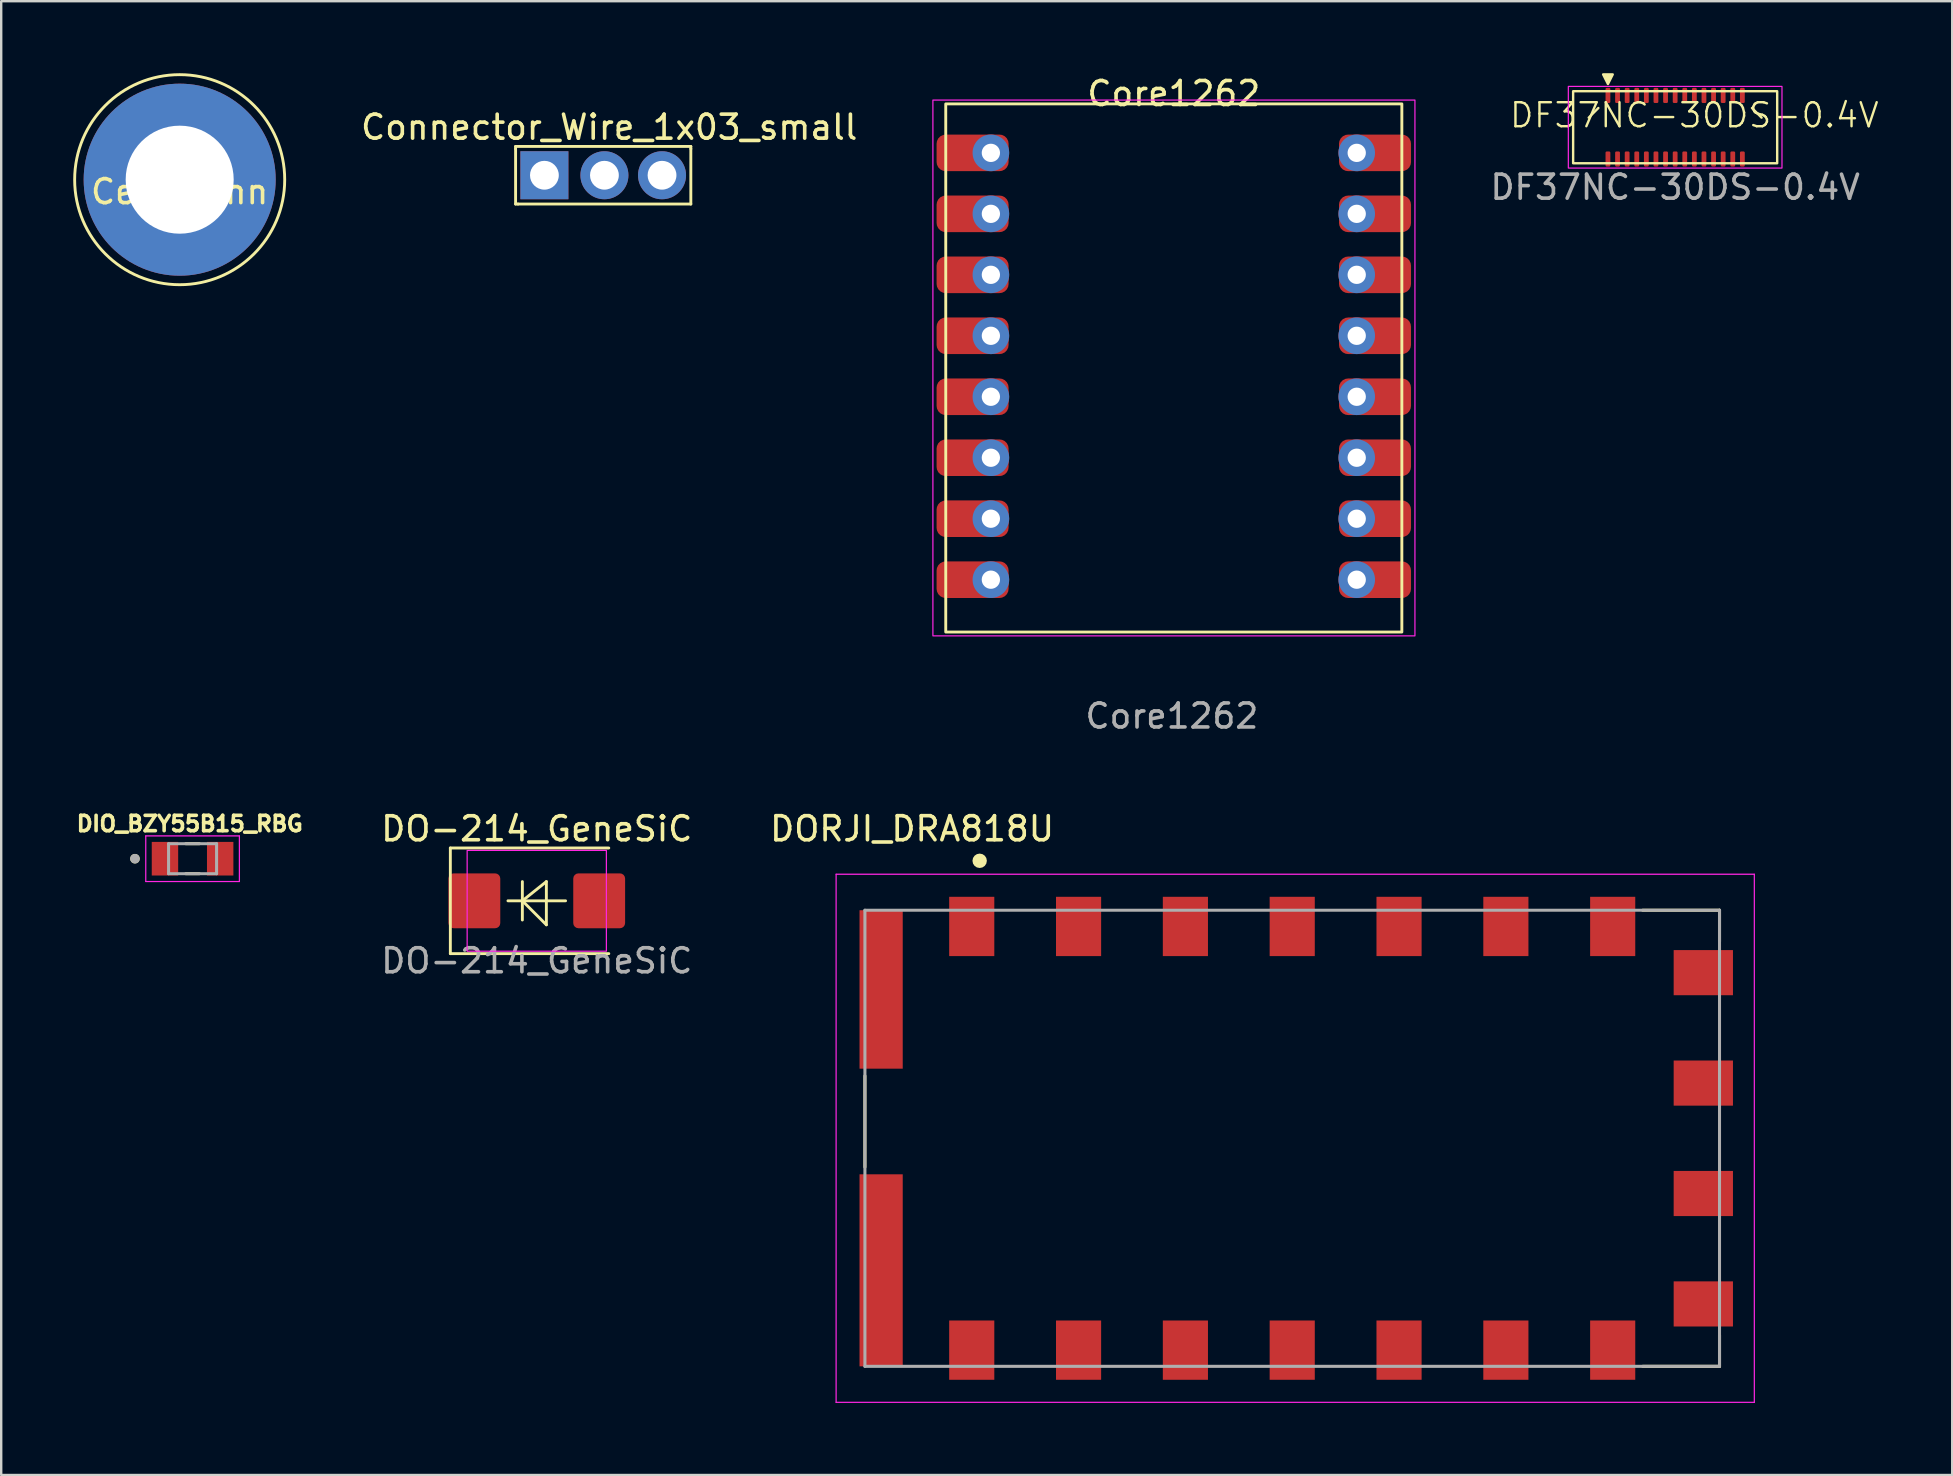
<source format=kicad_pcb>
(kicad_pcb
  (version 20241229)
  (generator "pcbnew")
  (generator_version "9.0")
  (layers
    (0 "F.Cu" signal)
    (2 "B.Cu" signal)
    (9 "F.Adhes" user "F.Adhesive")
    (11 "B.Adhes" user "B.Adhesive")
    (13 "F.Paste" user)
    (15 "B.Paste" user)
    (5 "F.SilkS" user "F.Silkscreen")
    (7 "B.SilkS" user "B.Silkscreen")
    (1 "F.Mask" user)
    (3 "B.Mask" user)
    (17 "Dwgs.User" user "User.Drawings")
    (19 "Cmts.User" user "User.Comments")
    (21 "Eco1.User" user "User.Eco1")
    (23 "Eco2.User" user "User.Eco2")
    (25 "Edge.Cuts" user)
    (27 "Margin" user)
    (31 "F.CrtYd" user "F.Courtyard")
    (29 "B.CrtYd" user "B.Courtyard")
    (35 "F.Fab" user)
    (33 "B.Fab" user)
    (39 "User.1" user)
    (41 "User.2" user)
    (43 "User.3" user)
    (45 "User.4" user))
  (footprint "DIO_BZY55B15_RBG"
    (layer "F.Cu")
    (at 4.972 32.721)
    (property "Reference" "DIO_BZY55B15_RBG" (at -0.118 -1.456 0) (layer "F.SilkS") (effects (font (size 0.64 0.64) (thickness 0.15))))
    (attr through_hole)
    (fp_line (start -0.28 -0.625) (end 0.28 -0.625) (stroke (width 0.127) (type solid)) (layer "F.SilkS"))
    (fp_line (start -0.28 0.625) (end 0.28 0.625) (stroke (width 0.127) (type solid)) (layer "F.SilkS"))
    (fp_circle (center -2.4 0) (end -2.3 0) (stroke (width 0.2) (type solid)) (fill no) (layer "F.SilkS"))
    (fp_line (start -1.95 -0.95) (end -1.95 0.95) (stroke (width 0.05) (type solid)) (layer "F.CrtYd"))
    (fp_line (start -1.95 0.95) (end 1.95 0.95) (stroke (width 0.05) (type solid)) (layer "F.CrtYd"))
    (fp_line (start 1.95 -0.95) (end -1.95 -0.95) (stroke (width 0.05) (type solid)) (layer "F.CrtYd"))
    (fp_line (start 1.95 0.95) (end 1.95 -0.95) (stroke (width 0.05) (type solid)) (layer "F.CrtYd"))
    (fp_line (start -1 -0.625) (end -1 0.625) (stroke (width 0.127) (type solid)) (layer "F.Fab"))
    (fp_line (start -1 0.625) (end 1 0.625) (stroke (width 0.127) (type solid)) (layer "F.Fab"))
    (fp_line (start 1 -0.625) (end -1 -0.625) (stroke (width 0.127) (type solid)) (layer "F.Fab"))
    (fp_line (start 1 0.625) (end 1 -0.625) (stroke (width 0.127) (type solid)) (layer "F.Fab"))
    (fp_circle (center -2.4 0) (end -2.3 0) (stroke (width 0.2) (type solid)) (fill no) (layer "F.Fab"))
    (pad "A" smd rect (at 1.15 0) (size 1.1 1.4) (layers "F.Cu" "F.Mask" "F.Paste"))
    (pad "C" smd rect (at -1.15 0) (size 1.1 1.4) (layers "F.Cu" "F.Mask" "F.Paste")))
  (footprint "DF37NC-30DS-0.4V"
    (layer "F.Cu")
    (at 66.732 2.25)
    (property "Reference" "DF37NC-30DS-0.4V" (at 0.8 -0.5 0) (unlocked yes) (layer "F.SilkS") (effects (font (size 1 1) (thickness 0.1))))
    (attr smd)
    (fp_line (start -3.2 -0.8) (end -3.6 -0.4) (stroke (width 0.1) (type default)) (layer "F.SilkS"))
    (fp_line (start 3.2 -0.8) (end 3.6 -0.4) (stroke (width 0.1) (type default)) (layer "F.SilkS"))
    (fp_rect (start -4.25 -1.5) (end 4.25 1.5) (stroke (width 0.1) (type default)) (fill no) (layer "F.SilkS"))
    (fp_poly (pts (xy -2.8 -1.8) (xy -3 -2.2) (xy -2.6 -2.2)) (stroke (width 0.1) (type solid)) (fill yes) (layer "F.SilkS"))
    (fp_rect (start -4.45 -1.7) (end 4.45 1.7) (stroke (width 0.05) (type default)) (fill no) (layer "F.CrtYd"))
    (fp_text user "${REFERENCE}" (at 0 2.5 0) (unlocked yes) (layer "F.Fab") (effects (font (size 1 1) (thickness 0.15))))
    (pad "1" smd roundrect (at -2.8 -1.325 90) (size 0.63 0.2) (layers "F.Cu" "F.Mask" "F.Paste") (roundrect_rratio 0.25))
    (pad "2" smd roundrect (at -2.4 -1.325 90) (size 0.63 0.2) (layers "F.Cu" "F.Mask" "F.Paste") (roundrect_rratio 0.25))
    (pad "3" smd roundrect (at -2 -1.325 90) (size 0.63 0.2) (layers "F.Cu" "F.Mask" "F.Paste") (roundrect_rratio 0.25))
    (pad "4" smd roundrect (at -1.6 -1.325 90) (size 0.63 0.2) (layers "F.Cu" "F.Mask" "F.Paste") (roundrect_rratio 0.25))
    (pad "5" smd roundrect (at -1.2 -1.325 90) (size 0.63 0.2) (layers "F.Cu" "F.Mask" "F.Paste") (roundrect_rratio 0.25))
    (pad "6" smd roundrect (at -0.8 -1.325 90) (size 0.63 0.2) (layers "F.Cu" "F.Mask" "F.Paste") (roundrect_rratio 0.25))
    (pad "7" smd roundrect (at -0.4 -1.325 90) (size 0.63 0.2) (layers "F.Cu" "F.Mask" "F.Paste") (roundrect_rratio 0.25))
    (pad "8" smd roundrect (at 0 -1.325 90) (size 0.63 0.2) (layers "F.Cu" "F.Mask" "F.Paste") (roundrect_rratio 0.25))
    (pad "9" smd roundrect (at 0.4 -1.325 90) (size 0.63 0.2) (layers "F.Cu" "F.Mask" "F.Paste") (roundrect_rratio 0.25))
    (pad "10" smd roundrect (at 0.8 -1.325 90) (size 0.63 0.2) (layers "F.Cu" "F.Mask" "F.Paste") (roundrect_rratio 0.25))
    (pad "11" smd roundrect (at 1.2 -1.325 90) (size 0.63 0.2) (layers "F.Cu" "F.Mask" "F.Paste") (roundrect_rratio 0.25))
    (pad "12" smd roundrect (at 1.6 -1.325 90) (size 0.63 0.2) (layers "F.Cu" "F.Mask" "F.Paste") (roundrect_rratio 0.25))
    (pad "13" smd roundrect (at 2 -1.325 90) (size 0.63 0.2) (layers "F.Cu" "F.Mask" "F.Paste") (roundrect_rratio 0.25))
    (pad "14" smd roundrect (at 2.4 -1.325 90) (size 0.63 0.2) (layers "F.Cu" "F.Mask" "F.Paste") (roundrect_rratio 0.25))
    (pad "15" smd roundrect (at 2.8 -1.325 90) (size 0.63 0.2) (layers "F.Cu" "F.Mask" "F.Paste") (roundrect_rratio 0.25))
    (pad "16" smd roundrect (at 2.8 1.325 90) (size 0.63 0.2) (layers "F.Cu" "F.Mask" "F.Paste") (roundrect_rratio 0.25))
    (pad "17" smd roundrect (at 2.4 1.325 90) (size 0.63 0.2) (layers "F.Cu" "F.Mask" "F.Paste") (roundrect_rratio 0.25))
    (pad "18" smd roundrect (at 2 1.325 90) (size 0.63 0.2) (layers "F.Cu" "F.Mask" "F.Paste") (roundrect_rratio 0.25))
    (pad "19" smd roundrect (at 1.6 1.325 90) (size 0.63 0.2) (layers "F.Cu" "F.Mask" "F.Paste") (roundrect_rratio 0.25))
    (pad "20" smd roundrect (at 1.2 1.325 90) (size 0.63 0.2) (layers "F.Cu" "F.Mask" "F.Paste") (roundrect_rratio 0.25))
    (pad "21" smd roundrect (at 0.8 1.325 90) (size 0.63 0.2) (layers "F.Cu" "F.Mask" "F.Paste") (roundrect_rratio 0.25))
    (pad "22" smd roundrect (at 0.4 1.325 90) (size 0.63 0.2) (layers "F.Cu" "F.Mask" "F.Paste") (roundrect_rratio 0.25))
    (pad "23" smd roundrect (at 0 1.325 90) (size 0.63 0.2) (layers "F.Cu" "F.Mask" "F.Paste") (roundrect_rratio 0.25))
    (pad "24" smd roundrect (at -0.4 1.325 90) (size 0.63 0.2) (layers "F.Cu" "F.Mask" "F.Paste") (roundrect_rratio 0.25))
    (pad "25" smd roundrect (at -0.8 1.325 90) (size 0.63 0.2) (layers "F.Cu" "F.Mask" "F.Paste") (roundrect_rratio 0.25))
    (pad "26" smd roundrect (at -1.2 1.325 90) (size 0.63 0.2) (layers "F.Cu" "F.Mask" "F.Paste") (roundrect_rratio 0.25))
    (pad "27" smd roundrect (at -1.6 1.325 90) (size 0.63 0.2) (layers "F.Cu" "F.Mask" "F.Paste") (roundrect_rratio 0.25))
    (pad "28" smd roundrect (at -2 1.325 90) (size 0.63 0.2) (layers "F.Cu" "F.Mask" "F.Paste") (roundrect_rratio 0.25))
    (pad "29" smd roundrect (at -2.4 1.325 90) (size 0.63 0.2) (layers "F.Cu" "F.Mask" "F.Paste") (roundrect_rratio 0.25))
    (pad "30" smd roundrect (at -2.8 1.325 90) (size 0.63 0.2) (layers "F.Cu" "F.Mask" "F.Paste") (roundrect_rratio 0.25)))
  (footprint "Cell_Conn"
    (layer "F.Cu")
    (at 4.435 4.435)
    (property "Reference" "Cell_Conn" (at 0 0.5 0) (layer "F.SilkS") (effects (font (size 1 1) (thickness 0.15))))
    (attr through_hole)
    (fp_circle (center 0 0) (end 4.375 0) (stroke (width 0.12) (type solid)) (fill no) (layer "F.SilkS"))
    (pad "1" thru_hole circle (at 0 0) (size 8 8) (drill 4.5) (layers "*.Cu" "*.Mask")))
  (footprint "DORJI_DRA818U"
    (layer "F.Cu")
    (at 50.78 44.368)
    (property "Reference" "DORJI_DRA818U" (at -15.835 -12.893 0) (layer "F.SilkS") (effects (font (size 1.001 1.001) (thickness 0.15))))
    (attr through_hole)
    (fp_line (start -17.8 -2.6) (end -17.8 1.2) (stroke (width 0.127) (type solid)) (layer "F.SilkS"))
    (fp_line (start 14.6 -9.5) (end 17.8 -9.5) (stroke (width 0.127) (type solid)) (layer "F.SilkS"))
    (fp_line (start 17.8 -9.5) (end 17.8 -8.2) (stroke (width 0.127) (type solid)) (layer "F.SilkS"))
    (fp_line (start 17.8 8.2) (end 17.8 9.5) (stroke (width 0.127) (type solid)) (layer "F.SilkS"))
    (fp_line (start 17.8 9.5) (end 14.6 9.5) (stroke (width 0.127) (type solid)) (layer "F.SilkS"))
    (fp_circle (center -13.02 -11.56) (end -12.87 -11.56) (stroke (width 0.3) (type solid)) (fill no) (layer "F.SilkS"))
    (fp_line (start -19 -11) (end 19.25 -11) (stroke (width 0.05) (type solid)) (layer "F.CrtYd"))
    (fp_line (start -19 11) (end -19 -11) (stroke (width 0.05) (type solid)) (layer "F.CrtYd"))
    (fp_line (start 19.25 -11) (end 19.25 11) (stroke (width 0.05) (type solid)) (layer "F.CrtYd"))
    (fp_line (start 19.25 11) (end -19 11) (stroke (width 0.05) (type solid)) (layer "F.CrtYd"))
    (fp_line (start -17.8 -9.5) (end 17.8 -9.5) (stroke (width 0.127) (type solid)) (layer "F.Fab"))
    (fp_line (start -17.8 9.5) (end -17.8 -9.5) (stroke (width 0.127) (type solid)) (layer "F.Fab"))
    (fp_line (start 17.8 -9.5) (end 17.8 9.5) (stroke (width 0.127) (type solid)) (layer "F.Fab"))
    (fp_line (start 17.8 9.5) (end -17.8 9.5) (stroke (width 0.127) (type solid)) (layer "F.Fab"))
    (pad "1" smd rect (at -13.35 -8.825 90) (size 2.47 1.88) (layers "F.Cu" "F.Mask" "F.Paste"))
    (pad "2" smd rect (at -8.9 -8.825 90) (size 2.47 1.88) (layers "F.Cu" "F.Mask" "F.Paste"))
    (pad "3" smd rect (at -4.45 -8.825 90) (size 2.47 1.88) (layers "F.Cu" "F.Mask" "F.Paste"))
    (pad "4" smd rect (at 0 -8.825 90) (size 2.47 1.88) (layers "F.Cu" "F.Mask" "F.Paste"))
    (pad "5" smd rect (at 4.45 -8.825 90) (size 2.47 1.88) (layers "F.Cu" "F.Mask" "F.Paste"))
    (pad "6" smd rect (at 8.9 -8.825 90) (size 2.47 1.88) (layers "F.Cu" "F.Mask" "F.Paste"))
    (pad "7" smd rect (at 13.35 -8.825 90) (size 2.47 1.88) (layers "F.Cu" "F.Mask" "F.Paste"))
    (pad "8" smd rect (at 17.125 -6.9) (size 2.47 1.88) (layers "F.Cu" "F.Mask" "F.Paste"))
    (pad "9" smd rect (at 17.125 -2.3) (size 2.47 1.88) (layers "F.Cu" "F.Mask" "F.Paste"))
    (pad "10" smd rect (at 17.125 2.3) (size 2.47 1.88) (layers "F.Cu" "F.Mask" "F.Paste"))
    (pad "11" smd rect (at 17.125 6.9) (size 2.47 1.88) (layers "F.Cu" "F.Mask" "F.Paste"))
    (pad "12" smd rect (at 13.35 8.825 270) (size 2.47 1.88) (layers "F.Cu" "F.Mask" "F.Paste"))
    (pad "13" smd rect (at 8.9 8.825 270) (size 2.47 1.88) (layers "F.Cu" "F.Mask" "F.Paste"))
    (pad "14" smd rect (at 4.45 8.825 90) (size 2.47 1.88) (layers "F.Cu" "F.Mask" "F.Paste"))
    (pad "15" smd rect (at 0 8.825 90) (size 2.47 1.88) (layers "F.Cu" "F.Mask" "F.Paste"))
    (pad "16" smd rect (at -4.45 8.825 90) (size 2.47 1.88) (layers "F.Cu" "F.Mask" "F.Paste"))
    (pad "17" smd rect (at -8.9 8.825 90) (size 2.47 1.88) (layers "F.Cu" "F.Mask" "F.Paste"))
    (pad "18" smd rect (at -13.35 8.825 90) (size 2.47 1.88) (layers "F.Cu" "F.Mask" "F.Paste"))
    (pad "P2" smd rect (at -17.125 -6.2 90) (size 6.6 1.8) (layers "F.Cu" "F.Mask" "F.Paste"))
    (pad "P3" smd rect (at -17.125 5.5 90) (size 8 1.8) (layers "F.Cu" "F.Mask" "F.Paste"))
    (zone (net_name "") (layer "F.Cu") (hatch full 0.508) (connect_pads) (min_thickness 0.01) (filled_areas_thickness no) (keepout (tracks not_allowed) (vias not_allowed) (pads not_allowed) (copperpour not_allowed) (footprints allowed)) (placement (enabled no)) (fill) (polygon (pts (xy 57.59 40.618) (xy 65.58 40.618) (xy 65.58 46.872) (xy 57.59 46.872))))
    (zone (net_name "") (layers "F.Cu" "B.Cu") (hatch full 0.508) (connect_pads) (min_thickness 0.01) (filled_areas_thickness no) (keepout (tracks allowed) (vias not_allowed) (pads allowed) (copperpour allowed) (footprints allowed)) (placement (enabled no)) (fill) (polygon (pts (xy 57.584 40.618) (xy 65.58 40.618) (xy 65.58 46.87) (xy 57.584 46.87)))))
  (footprint "DO-214_GeneSiC"
    (layer "F.Cu")
    (at 19.31 34.475)
    (property "Reference" "DO-214_GeneSiC" (at 0 -3 0) (unlocked yes) (layer "F.SilkS") (effects (font (size 1 1) (thickness 0.15))))
    (attr smd)
    (fp_line (start -3.6 -2.2) (end -3.6 2.2) (stroke (width 0.12) (type default)) (layer "F.SilkS"))
    (fp_line (start -3.6 2.2) (end 3 2.2) (stroke (width 0.12) (type default)) (layer "F.SilkS"))
    (fp_line (start -0.6 -0.8) (end -0.6 0.8) (stroke (width 0.12) (type default)) (layer "F.SilkS"))
    (fp_line (start -0.6 0) (end 0.4 -0.8) (stroke (width 0.12) (type default)) (layer "F.SilkS"))
    (fp_line (start 0.4 -0.8) (end 0.4 1) (stroke (width 0.12) (type default)) (layer "F.SilkS"))
    (fp_line (start 0.4 1) (end -0.6 0) (stroke (width 0.12) (type default)) (layer "F.SilkS"))
    (fp_line (start 1.2 0) (end -1.2 0) (stroke (width 0.12) (type default)) (layer "F.SilkS"))
    (fp_line (start 3 -2.2) (end -3.6 -2.2) (stroke (width 0.12) (type default)) (layer "F.SilkS"))
    (fp_rect (start -2.9 -2.1) (end 2.9 2.1) (stroke (width 0.05) (type default)) (fill no) (layer "F.CrtYd"))
    (fp_text user "${REFERENCE}" (at 0 2.5 0) (unlocked yes) (layer "F.Fab") (effects (font (size 1 1) (thickness 0.15))))
    (pad "1" smd roundrect (at 2.6 0 90) (size 2.286 2.16) (layers "F.Cu" "F.Mask" "F.Paste") (roundrect_rratio 0.1))
    (pad "2" smd roundrect (at -2.6 0 90) (size 2.286 2.16) (layers "F.Cu" "F.Mask" "F.Paste") (roundrect_rratio 0.1)))
  (footprint "Connector_Wire_1x03_small"
    (layer "F.Cu")
    (at 24.628 0.25)
    (property "Reference" "Connector_Wire_1x03_small" (at -2.3 2 0) (layer "F.SilkS") (effects (font (size 1 1) (thickness 0.15))))
    (attr through_hole)
    (fp_line (start -6.2 2.8) (end -6.2 2.9) (stroke (width 0.12) (type solid)) (layer "F.SilkS"))
    (fp_line (start -6.2 5.2) (end -6.2 2.9) (stroke (width 0.12) (type solid)) (layer "F.SilkS"))
    (fp_line (start -6.1 5.2) (end -6.2 5.2) (stroke (width 0.12) (type solid)) (layer "F.SilkS"))
    (fp_line (start 1.1 2.8) (end -6.2 2.8) (stroke (width 0.12) (type solid)) (layer "F.SilkS"))
    (fp_line (start 1.1 2.9) (end 1.1 2.8) (stroke (width 0.12) (type solid)) (layer "F.SilkS"))
    (fp_line (start 1.1 2.9) (end 1.1 5.2) (stroke (width 0.12) (type solid)) (layer "F.SilkS"))
    (fp_line (start 1.1 5.2) (end -6.1 5.2) (stroke (width 0.12) (type solid)) (layer "F.SilkS"))
    (pad "1" thru_hole rect (at -5 4) (size 2 2) (drill 1.2) (layers "*.Cu" "*.Mask"))
    (pad "2" thru_hole circle (at -2.5 4) (size 2 2) (drill 1.2) (layers "*.Cu" "*.Mask"))
    (pad "3" thru_hole circle (at -0.1 4) (size 2 2) (drill 1.2) (layers "*.Cu" "*.Mask")))
  (footprint "Core1262"
    (layer "F.Cu")
    (at 45.847 12.278)
    (property "Reference" "Core1262" (at 0 -11.43 0) (unlocked yes) (layer "F.SilkS") (effects (font (size 1 1) (thickness 0.15))))
    (attr through_hole)
    (fp_rect (start -9.5 -11) (end 9.5 11) (stroke (width 0.12) (type default)) (fill no) (layer "F.SilkS"))
    (fp_rect (start -10.035 -11.16) (end 10.045 11.16) (stroke (width 0.05) (type default)) (fill no) (layer "F.CrtYd"))
    (fp_text user "${REFERENCE}" (at -0.08 14.5 0) (unlocked yes) (layer "F.Fab") (effects (font (size 1 1) (thickness 0.15))))
    (pad "1" smd roundrect (at -8.382 -8.96) (size 3 1.524) (layers "F.Cu" "F.Mask" "F.Paste") (roundrect_rratio 0.25))
    (pad "1" thru_hole circle (at -7.62 -8.96) (size 1.524 1.524) (drill 0.762) (layers "*.Cu" "*.Mask"))
    (pad "2" smd roundrect (at -8.382 -6.42) (size 3 1.524) (layers "F.Cu" "F.Mask" "F.Paste") (roundrect_rratio 0.25))
    (pad "2" thru_hole circle (at -7.62 -6.42) (size 1.524 1.524) (drill 0.762) (layers "*.Cu" "*.Mask"))
    (pad "3" smd roundrect (at -8.382 -3.88) (size 3 1.524) (layers "F.Cu" "F.Mask" "F.Paste") (roundrect_rratio 0.25))
    (pad "3" thru_hole circle (at -7.62 -3.88) (size 1.524 1.524) (drill 0.762) (layers "*.Cu" "*.Mask"))
    (pad "4" smd roundrect (at -8.382 -1.34) (size 3 1.524) (layers "F.Cu" "F.Mask" "F.Paste") (roundrect_rratio 0.25))
    (pad "4" thru_hole circle (at -7.62 -1.34) (size 1.524 1.524) (drill 0.762) (layers "*.Cu" "*.Mask"))
    (pad "5" smd roundrect (at -8.382 1.2) (size 3 1.524) (layers "F.Cu" "F.Mask" "F.Paste") (roundrect_rratio 0.25))
    (pad "5" thru_hole circle (at -7.62 1.2) (size 1.524 1.524) (drill 0.762) (layers "*.Cu" "*.Mask"))
    (pad "6" smd roundrect (at -8.382 3.74) (size 3 1.524) (layers "F.Cu" "F.Mask" "F.Paste") (roundrect_rratio 0.25))
    (pad "6" thru_hole circle (at -7.62 3.74) (size 1.524 1.524) (drill 0.762) (layers "*.Cu" "*.Mask"))
    (pad "7" smd roundrect (at -8.382 6.28) (size 3 1.524) (layers "F.Cu" "F.Mask" "F.Paste") (roundrect_rratio 0.25))
    (pad "7" thru_hole circle (at -7.62 6.28) (size 1.524 1.524) (drill 0.762) (layers "*.Cu" "*.Mask"))
    (pad "8" smd roundrect (at -8.382 8.82) (size 3 1.524) (layers "F.Cu" "F.Mask" "F.Paste") (roundrect_rratio 0.25))
    (pad "8" thru_hole circle (at -7.62 8.82) (size 1.524 1.524) (drill 0.762) (layers "*.Cu" "*.Mask"))
    (pad "9" thru_hole circle (at 7.62 -8.96) (size 1.524 1.524) (drill 0.762) (layers "*.Cu" "*.Mask"))
    (pad "9" smd roundrect (at 8.382 -8.96) (size 3 1.524) (layers "F.Cu" "F.Mask" "F.Paste") (roundrect_rratio 0.25))
    (pad "10" thru_hole circle (at 7.62 -6.42) (size 1.524 1.524) (drill 0.762) (layers "*.Cu" "*.Mask"))
    (pad "10" smd roundrect (at 8.382 -6.42) (size 3 1.524) (layers "F.Cu" "F.Mask" "F.Paste") (roundrect_rratio 0.25))
    (pad "11" thru_hole circle (at 7.62 -3.88) (size 1.524 1.524) (drill 0.762) (layers "*.Cu" "*.Mask"))
    (pad "11" smd roundrect (at 8.382 -3.88) (size 3 1.524) (layers "F.Cu" "F.Mask" "F.Paste") (roundrect_rratio 0.25))
    (pad "12" thru_hole circle (at 7.62 -1.34) (size 1.524 1.524) (drill 0.762) (layers "*.Cu" "*.Mask"))
    (pad "12" smd roundrect (at 8.382 -1.34) (size 3 1.524) (layers "F.Cu" "F.Mask" "F.Paste") (roundrect_rratio 0.25))
    (pad "13" thru_hole circle (at 7.62 1.2) (size 1.524 1.524) (drill 0.762) (layers "*.Cu" "*.Mask"))
    (pad "13" smd roundrect (at 8.382 1.2) (size 3 1.524) (layers "F.Cu" "F.Mask" "F.Paste") (roundrect_rratio 0.25))
    (pad "14" thru_hole circle (at 7.62 3.74) (size 1.524 1.524) (drill 0.762) (layers "*.Cu" "*.Mask"))
    (pad "14" smd roundrect (at 8.382 3.74) (size 3 1.524) (layers "F.Cu" "F.Mask" "F.Paste") (roundrect_rratio 0.25))
    (pad "15" thru_hole circle (at 7.62 6.28) (size 1.524 1.524) (drill 0.762) (layers "*.Cu" "*.Mask"))
    (pad "15" smd roundrect (at 8.382 6.28) (size 3 1.524) (layers "F.Cu" "F.Mask" "F.Paste") (roundrect_rratio 0.25))
    (pad "16" thru_hole circle (at 7.62 8.82) (size 1.524 1.524) (drill 0.762) (layers "*.Cu" "*.Mask"))
    (pad "16" smd roundrect (at 8.382 8.82) (size 3 1.524) (layers "F.Cu" "F.Mask" "F.Paste") (roundrect_rratio 0.25)))
  (gr_rect
    (start -3 -3)
    (end 78.273 58.393)
    (stroke (width 0.1) (type default))
    (fill no)
    (layer "Edge.Cuts")))
</source>
